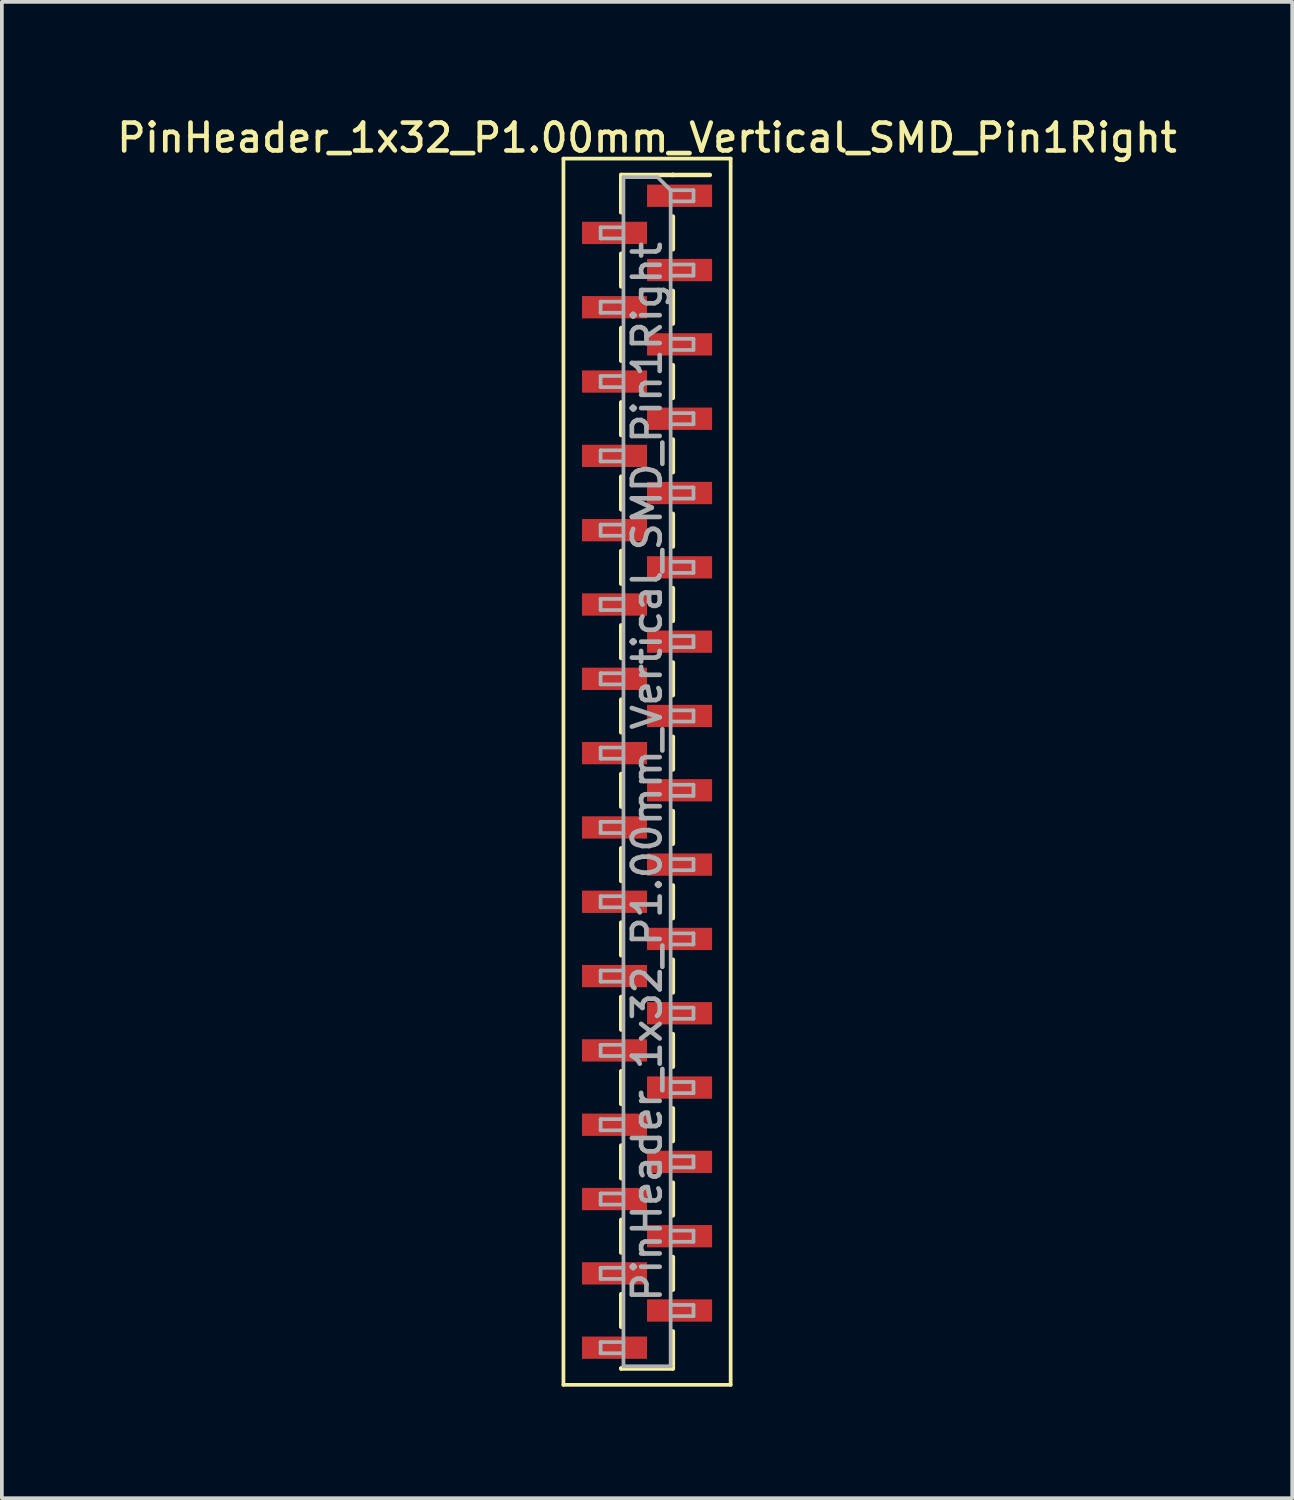
<source format=kicad_pcb>
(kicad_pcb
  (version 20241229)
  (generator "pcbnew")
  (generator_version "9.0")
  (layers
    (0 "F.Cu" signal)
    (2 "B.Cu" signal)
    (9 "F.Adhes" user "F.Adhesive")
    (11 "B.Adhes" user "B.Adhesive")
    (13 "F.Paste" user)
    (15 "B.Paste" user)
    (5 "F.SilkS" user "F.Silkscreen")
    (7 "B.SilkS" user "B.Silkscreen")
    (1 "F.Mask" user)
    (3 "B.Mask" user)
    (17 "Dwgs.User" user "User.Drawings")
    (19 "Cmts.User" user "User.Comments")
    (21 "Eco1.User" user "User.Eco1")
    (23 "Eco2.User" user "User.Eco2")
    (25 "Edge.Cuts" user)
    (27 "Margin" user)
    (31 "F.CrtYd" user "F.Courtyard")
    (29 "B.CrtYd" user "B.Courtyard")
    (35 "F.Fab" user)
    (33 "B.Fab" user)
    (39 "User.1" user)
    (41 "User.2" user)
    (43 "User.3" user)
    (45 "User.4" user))
  (footprint "PinHeader_1x32_P1.00mm_Vertical_SMD_Pin1Right"
    (layer "F.Cu")
    (at 14.363 17.718)
    (property "Reference" "PinHeader_1x32_P1.00mm_Vertical_SMD_Pin1Right" (at 0 -17.06 0) (layer "F.SilkS") (effects (font (size 0.75 0.75) (thickness 0.125))))
    (attr smd)
    (fp_line (start -2.25 -16.5) (end -2.25 16.5) (stroke (width 0.1) (type solid)) (layer "F.SilkS"))
    (fp_line (start -2.25 16.5) (end 2.25 16.5) (stroke (width 0.1) (type solid)) (layer "F.SilkS"))
    (fp_line (start -0.695 -16.06) (end -0.695 -15.06) (stroke (width 0.12) (type solid)) (layer "F.SilkS"))
    (fp_line (start -0.695 -16.06) (end 0.695 -16.06) (stroke (width 0.12) (type solid)) (layer "F.SilkS"))
    (fp_line (start -0.695 -15.94) (end -0.695 -15.06) (stroke (width 0.12) (type solid)) (layer "F.SilkS"))
    (fp_line (start -0.695 -13.94) (end -0.695 -13.06) (stroke (width 0.12) (type solid)) (layer "F.SilkS"))
    (fp_line (start -0.695 -11.94) (end -0.695 -11.06) (stroke (width 0.12) (type solid)) (layer "F.SilkS"))
    (fp_line (start -0.695 -9.94) (end -0.695 -9.06) (stroke (width 0.12) (type solid)) (layer "F.SilkS"))
    (fp_line (start -0.695 -7.94) (end -0.695 -7.06) (stroke (width 0.12) (type solid)) (layer "F.SilkS"))
    (fp_line (start -0.695 -5.94) (end -0.695 -5.06) (stroke (width 0.12) (type solid)) (layer "F.SilkS"))
    (fp_line (start -0.695 -3.94) (end -0.695 -3.06) (stroke (width 0.12) (type solid)) (layer "F.SilkS"))
    (fp_line (start -0.695 -1.94) (end -0.695 -1.06) (stroke (width 0.12) (type solid)) (layer "F.SilkS"))
    (fp_line (start -0.695 0.06) (end -0.695 0.94) (stroke (width 0.12) (type solid)) (layer "F.SilkS"))
    (fp_line (start -0.695 2.06) (end -0.695 2.94) (stroke (width 0.12) (type solid)) (layer "F.SilkS"))
    (fp_line (start -0.695 4.06) (end -0.695 4.94) (stroke (width 0.12) (type solid)) (layer "F.SilkS"))
    (fp_line (start -0.695 6.06) (end -0.695 6.94) (stroke (width 0.12) (type solid)) (layer "F.SilkS"))
    (fp_line (start -0.695 8.06) (end -0.695 8.94) (stroke (width 0.12) (type solid)) (layer "F.SilkS"))
    (fp_line (start -0.695 10.06) (end -0.695 10.94) (stroke (width 0.12) (type solid)) (layer "F.SilkS"))
    (fp_line (start -0.695 12.06) (end -0.695 12.94) (stroke (width 0.12) (type solid)) (layer "F.SilkS"))
    (fp_line (start -0.695 14.06) (end -0.695 14.94) (stroke (width 0.12) (type solid)) (layer "F.SilkS"))
    (fp_line (start -0.695 16.06) (end -0.695 16.06) (stroke (width 0.12) (type solid)) (layer "F.SilkS"))
    (fp_line (start -0.695 16.06) (end 0.695 16.06) (stroke (width 0.12) (type solid)) (layer "F.SilkS"))
    (fp_line (start 0.695 -16.06) (end 0.695 -16.06) (stroke (width 0.12) (type solid)) (layer "F.SilkS"))
    (fp_line (start 0.695 -16.06) (end 1.69 -16.06) (stroke (width 0.12) (type solid)) (layer "F.SilkS"))
    (fp_line (start 0.695 -14.94) (end 0.695 -14.06) (stroke (width 0.12) (type solid)) (layer "F.SilkS"))
    (fp_line (start 0.695 -12.94) (end 0.695 -12.06) (stroke (width 0.12) (type solid)) (layer "F.SilkS"))
    (fp_line (start 0.695 -10.94) (end 0.695 -10.06) (stroke (width 0.12) (type solid)) (layer "F.SilkS"))
    (fp_line (start 0.695 -8.94) (end 0.695 -8.06) (stroke (width 0.12) (type solid)) (layer "F.SilkS"))
    (fp_line (start 0.695 -6.94) (end 0.695 -6.06) (stroke (width 0.12) (type solid)) (layer "F.SilkS"))
    (fp_line (start 0.695 -4.94) (end 0.695 -4.06) (stroke (width 0.12) (type solid)) (layer "F.SilkS"))
    (fp_line (start 0.695 -2.94) (end 0.695 -2.06) (stroke (width 0.12) (type solid)) (layer "F.SilkS"))
    (fp_line (start 0.695 -0.94) (end 0.695 -0.06) (stroke (width 0.12) (type solid)) (layer "F.SilkS"))
    (fp_line (start 0.695 1.06) (end 0.695 1.94) (stroke (width 0.12) (type solid)) (layer "F.SilkS"))
    (fp_line (start 0.695 3.06) (end 0.695 3.94) (stroke (width 0.12) (type solid)) (layer "F.SilkS"))
    (fp_line (start 0.695 5.06) (end 0.695 5.94) (stroke (width 0.12) (type solid)) (layer "F.SilkS"))
    (fp_line (start 0.695 7.06) (end 0.695 7.94) (stroke (width 0.12) (type solid)) (layer "F.SilkS"))
    (fp_line (start 0.695 9.06) (end 0.695 9.94) (stroke (width 0.12) (type solid)) (layer "F.SilkS"))
    (fp_line (start 0.695 11.06) (end 0.695 11.94) (stroke (width 0.12) (type solid)) (layer "F.SilkS"))
    (fp_line (start 0.695 13.06) (end 0.695 13.94) (stroke (width 0.12) (type solid)) (layer "F.SilkS"))
    (fp_line (start 0.695 15.06) (end 0.695 16.06) (stroke (width 0.12) (type solid)) (layer "F.SilkS"))
    (fp_line (start 2.25 -16.5) (end -2.25 -16.5) (stroke (width 0.1) (type solid)) (layer "F.SilkS"))
    (fp_line (start 2.25 16.5) (end 2.25 -16.5) (stroke (width 0.1) (type solid)) (layer "F.SilkS"))
    (fp_line (start -1.25 -14.65) (end -1.25 -14.35) (stroke (width 0.1) (type solid)) (layer "F.Fab"))
    (fp_line (start -1.25 -14.35) (end -0.635 -14.35) (stroke (width 0.1) (type solid)) (layer "F.Fab"))
    (fp_line (start -1.25 -12.65) (end -1.25 -12.35) (stroke (width 0.1) (type solid)) (layer "F.Fab"))
    (fp_line (start -1.25 -12.35) (end -0.635 -12.35) (stroke (width 0.1) (type solid)) (layer "F.Fab"))
    (fp_line (start -1.25 -10.65) (end -1.25 -10.35) (stroke (width 0.1) (type solid)) (layer "F.Fab"))
    (fp_line (start -1.25 -10.35) (end -0.635 -10.35) (stroke (width 0.1) (type solid)) (layer "F.Fab"))
    (fp_line (start -1.25 -8.65) (end -1.25 -8.35) (stroke (width 0.1) (type solid)) (layer "F.Fab"))
    (fp_line (start -1.25 -8.35) (end -0.635 -8.35) (stroke (width 0.1) (type solid)) (layer "F.Fab"))
    (fp_line (start -1.25 -6.65) (end -1.25 -6.35) (stroke (width 0.1) (type solid)) (layer "F.Fab"))
    (fp_line (start -1.25 -6.35) (end -0.635 -6.35) (stroke (width 0.1) (type solid)) (layer "F.Fab"))
    (fp_line (start -1.25 -4.65) (end -1.25 -4.35) (stroke (width 0.1) (type solid)) (layer "F.Fab"))
    (fp_line (start -1.25 -4.35) (end -0.635 -4.35) (stroke (width 0.1) (type solid)) (layer "F.Fab"))
    (fp_line (start -1.25 -2.65) (end -1.25 -2.35) (stroke (width 0.1) (type solid)) (layer "F.Fab"))
    (fp_line (start -1.25 -2.35) (end -0.635 -2.35) (stroke (width 0.1) (type solid)) (layer "F.Fab"))
    (fp_line (start -1.25 -0.65) (end -1.25 -0.35) (stroke (width 0.1) (type solid)) (layer "F.Fab"))
    (fp_line (start -1.25 -0.35) (end -0.635 -0.35) (stroke (width 0.1) (type solid)) (layer "F.Fab"))
    (fp_line (start -1.25 1.35) (end -1.25 1.65) (stroke (width 0.1) (type solid)) (layer "F.Fab"))
    (fp_line (start -1.25 1.65) (end -0.635 1.65) (stroke (width 0.1) (type solid)) (layer "F.Fab"))
    (fp_line (start -1.25 3.35) (end -1.25 3.65) (stroke (width 0.1) (type solid)) (layer "F.Fab"))
    (fp_line (start -1.25 3.65) (end -0.635 3.65) (stroke (width 0.1) (type solid)) (layer "F.Fab"))
    (fp_line (start -1.25 5.35) (end -1.25 5.65) (stroke (width 0.1) (type solid)) (layer "F.Fab"))
    (fp_line (start -1.25 5.65) (end -0.635 5.65) (stroke (width 0.1) (type solid)) (layer "F.Fab"))
    (fp_line (start -1.25 7.35) (end -1.25 7.65) (stroke (width 0.1) (type solid)) (layer "F.Fab"))
    (fp_line (start -1.25 7.65) (end -0.635 7.65) (stroke (width 0.1) (type solid)) (layer "F.Fab"))
    (fp_line (start -1.25 9.35) (end -1.25 9.65) (stroke (width 0.1) (type solid)) (layer "F.Fab"))
    (fp_line (start -1.25 9.65) (end -0.635 9.65) (stroke (width 0.1) (type solid)) (layer "F.Fab"))
    (fp_line (start -1.25 11.35) (end -1.25 11.65) (stroke (width 0.1) (type solid)) (layer "F.Fab"))
    (fp_line (start -1.25 11.65) (end -0.635 11.65) (stroke (width 0.1) (type solid)) (layer "F.Fab"))
    (fp_line (start -1.25 13.35) (end -1.25 13.65) (stroke (width 0.1) (type solid)) (layer "F.Fab"))
    (fp_line (start -1.25 13.65) (end -0.635 13.65) (stroke (width 0.1) (type solid)) (layer "F.Fab"))
    (fp_line (start -1.25 15.35) (end -1.25 15.65) (stroke (width 0.1) (type solid)) (layer "F.Fab"))
    (fp_line (start -1.25 15.65) (end -0.635 15.65) (stroke (width 0.1) (type solid)) (layer "F.Fab"))
    (fp_line (start -0.635 -16) (end -0.635 16) (stroke (width 0.1) (type solid)) (layer "F.Fab"))
    (fp_line (start -0.635 -16) (end 0.285 -16) (stroke (width 0.1) (type solid)) (layer "F.Fab"))
    (fp_line (start -0.635 -14.65) (end -1.25 -14.65) (stroke (width 0.1) (type solid)) (layer "F.Fab"))
    (fp_line (start -0.635 -12.65) (end -1.25 -12.65) (stroke (width 0.1) (type solid)) (layer "F.Fab"))
    (fp_line (start -0.635 -10.65) (end -1.25 -10.65) (stroke (width 0.1) (type solid)) (layer "F.Fab"))
    (fp_line (start -0.635 -8.65) (end -1.25 -8.65) (stroke (width 0.1) (type solid)) (layer "F.Fab"))
    (fp_line (start -0.635 -6.65) (end -1.25 -6.65) (stroke (width 0.1) (type solid)) (layer "F.Fab"))
    (fp_line (start -0.635 -4.65) (end -1.25 -4.65) (stroke (width 0.1) (type solid)) (layer "F.Fab"))
    (fp_line (start -0.635 -2.65) (end -1.25 -2.65) (stroke (width 0.1) (type solid)) (layer "F.Fab"))
    (fp_line (start -0.635 -0.65) (end -1.25 -0.65) (stroke (width 0.1) (type solid)) (layer "F.Fab"))
    (fp_line (start -0.635 1.35) (end -1.25 1.35) (stroke (width 0.1) (type solid)) (layer "F.Fab"))
    (fp_line (start -0.635 3.35) (end -1.25 3.35) (stroke (width 0.1) (type solid)) (layer "F.Fab"))
    (fp_line (start -0.635 5.35) (end -1.25 5.35) (stroke (width 0.1) (type solid)) (layer "F.Fab"))
    (fp_line (start -0.635 7.35) (end -1.25 7.35) (stroke (width 0.1) (type solid)) (layer "F.Fab"))
    (fp_line (start -0.635 9.35) (end -1.25 9.35) (stroke (width 0.1) (type solid)) (layer "F.Fab"))
    (fp_line (start -0.635 11.35) (end -1.25 11.35) (stroke (width 0.1) (type solid)) (layer "F.Fab"))
    (fp_line (start -0.635 13.35) (end -1.25 13.35) (stroke (width 0.1) (type solid)) (layer "F.Fab"))
    (fp_line (start -0.635 15.35) (end -1.25 15.35) (stroke (width 0.1) (type solid)) (layer "F.Fab"))
    (fp_line (start 0.635 -15.65) (end 0.285 -16) (stroke (width 0.1) (type solid)) (layer "F.Fab"))
    (fp_line (start 0.635 -15.65) (end 1.25 -15.65) (stroke (width 0.1) (type solid)) (layer "F.Fab"))
    (fp_line (start 0.635 -13.65) (end 1.25 -13.65) (stroke (width 0.1) (type solid)) (layer "F.Fab"))
    (fp_line (start 0.635 -11.65) (end 1.25 -11.65) (stroke (width 0.1) (type solid)) (layer "F.Fab"))
    (fp_line (start 0.635 -9.65) (end 1.25 -9.65) (stroke (width 0.1) (type solid)) (layer "F.Fab"))
    (fp_line (start 0.635 -7.65) (end 1.25 -7.65) (stroke (width 0.1) (type solid)) (layer "F.Fab"))
    (fp_line (start 0.635 -5.65) (end 1.25 -5.65) (stroke (width 0.1) (type solid)) (layer "F.Fab"))
    (fp_line (start 0.635 -3.65) (end 1.25 -3.65) (stroke (width 0.1) (type solid)) (layer "F.Fab"))
    (fp_line (start 0.635 -1.65) (end 1.25 -1.65) (stroke (width 0.1) (type solid)) (layer "F.Fab"))
    (fp_line (start 0.635 0.35) (end 1.25 0.35) (stroke (width 0.1) (type solid)) (layer "F.Fab"))
    (fp_line (start 0.635 2.35) (end 1.25 2.35) (stroke (width 0.1) (type solid)) (layer "F.Fab"))
    (fp_line (start 0.635 4.35) (end 1.25 4.35) (stroke (width 0.1) (type solid)) (layer "F.Fab"))
    (fp_line (start 0.635 6.35) (end 1.25 6.35) (stroke (width 0.1) (type solid)) (layer "F.Fab"))
    (fp_line (start 0.635 8.35) (end 1.25 8.35) (stroke (width 0.1) (type solid)) (layer "F.Fab"))
    (fp_line (start 0.635 10.35) (end 1.25 10.35) (stroke (width 0.1) (type solid)) (layer "F.Fab"))
    (fp_line (start 0.635 12.35) (end 1.25 12.35) (stroke (width 0.1) (type solid)) (layer "F.Fab"))
    (fp_line (start 0.635 14.35) (end 1.25 14.35) (stroke (width 0.1) (type solid)) (layer "F.Fab"))
    (fp_line (start 0.635 16) (end -0.635 16) (stroke (width 0.1) (type solid)) (layer "F.Fab"))
    (fp_line (start 0.635 16) (end 0.635 -15.65) (stroke (width 0.1) (type solid)) (layer "F.Fab"))
    (fp_line (start 1.25 -15.65) (end 1.25 -15.35) (stroke (width 0.1) (type solid)) (layer "F.Fab"))
    (fp_line (start 1.25 -15.35) (end 0.635 -15.35) (stroke (width 0.1) (type solid)) (layer "F.Fab"))
    (fp_line (start 1.25 -13.65) (end 1.25 -13.35) (stroke (width 0.1) (type solid)) (layer "F.Fab"))
    (fp_line (start 1.25 -13.35) (end 0.635 -13.35) (stroke (width 0.1) (type solid)) (layer "F.Fab"))
    (fp_line (start 1.25 -11.65) (end 1.25 -11.35) (stroke (width 0.1) (type solid)) (layer "F.Fab"))
    (fp_line (start 1.25 -11.35) (end 0.635 -11.35) (stroke (width 0.1) (type solid)) (layer "F.Fab"))
    (fp_line (start 1.25 -9.65) (end 1.25 -9.35) (stroke (width 0.1) (type solid)) (layer "F.Fab"))
    (fp_line (start 1.25 -9.35) (end 0.635 -9.35) (stroke (width 0.1) (type solid)) (layer "F.Fab"))
    (fp_line (start 1.25 -7.65) (end 1.25 -7.35) (stroke (width 0.1) (type solid)) (layer "F.Fab"))
    (fp_line (start 1.25 -7.35) (end 0.635 -7.35) (stroke (width 0.1) (type solid)) (layer "F.Fab"))
    (fp_line (start 1.25 -5.65) (end 1.25 -5.35) (stroke (width 0.1) (type solid)) (layer "F.Fab"))
    (fp_line (start 1.25 -5.35) (end 0.635 -5.35) (stroke (width 0.1) (type solid)) (layer "F.Fab"))
    (fp_line (start 1.25 -3.65) (end 1.25 -3.35) (stroke (width 0.1) (type solid)) (layer "F.Fab"))
    (fp_line (start 1.25 -3.35) (end 0.635 -3.35) (stroke (width 0.1) (type solid)) (layer "F.Fab"))
    (fp_line (start 1.25 -1.65) (end 1.25 -1.35) (stroke (width 0.1) (type solid)) (layer "F.Fab"))
    (fp_line (start 1.25 -1.35) (end 0.635 -1.35) (stroke (width 0.1) (type solid)) (layer "F.Fab"))
    (fp_line (start 1.25 0.35) (end 1.25 0.65) (stroke (width 0.1) (type solid)) (layer "F.Fab"))
    (fp_line (start 1.25 0.65) (end 0.635 0.65) (stroke (width 0.1) (type solid)) (layer "F.Fab"))
    (fp_line (start 1.25 2.35) (end 1.25 2.65) (stroke (width 0.1) (type solid)) (layer "F.Fab"))
    (fp_line (start 1.25 2.65) (end 0.635 2.65) (stroke (width 0.1) (type solid)) (layer "F.Fab"))
    (fp_line (start 1.25 4.35) (end 1.25 4.65) (stroke (width 0.1) (type solid)) (layer "F.Fab"))
    (fp_line (start 1.25 4.65) (end 0.635 4.65) (stroke (width 0.1) (type solid)) (layer "F.Fab"))
    (fp_line (start 1.25 6.35) (end 1.25 6.65) (stroke (width 0.1) (type solid)) (layer "F.Fab"))
    (fp_line (start 1.25 6.65) (end 0.635 6.65) (stroke (width 0.1) (type solid)) (layer "F.Fab"))
    (fp_line (start 1.25 8.35) (end 1.25 8.65) (stroke (width 0.1) (type solid)) (layer "F.Fab"))
    (fp_line (start 1.25 8.65) (end 0.635 8.65) (stroke (width 0.1) (type solid)) (layer "F.Fab"))
    (fp_line (start 1.25 10.35) (end 1.25 10.65) (stroke (width 0.1) (type solid)) (layer "F.Fab"))
    (fp_line (start 1.25 10.65) (end 0.635 10.65) (stroke (width 0.1) (type solid)) (layer "F.Fab"))
    (fp_line (start 1.25 12.35) (end 1.25 12.65) (stroke (width 0.1) (type solid)) (layer "F.Fab"))
    (fp_line (start 1.25 12.65) (end 0.635 12.65) (stroke (width 0.1) (type solid)) (layer "F.Fab"))
    (fp_line (start 1.25 14.35) (end 1.25 14.65) (stroke (width 0.1) (type solid)) (layer "F.Fab"))
    (fp_line (start 1.25 14.65) (end 0.635 14.65) (stroke (width 0.1) (type solid)) (layer "F.Fab"))
    (fp_text user "${REFERENCE}" (at 0 0 90) (layer "F.Fab") (effects (font (size 0.75 0.75) (thickness 0.125))))
    (pad "1" smd rect (at 0.875 -15.5) (size 1.75 0.6) (layers "F.Cu" "F.Mask" "F.Paste"))
    (pad "2" smd rect (at -0.875 -14.5) (size 1.75 0.6) (layers "F.Cu" "F.Mask" "F.Paste"))
    (pad "3" smd rect (at 0.875 -13.5) (size 1.75 0.6) (layers "F.Cu" "F.Mask" "F.Paste"))
    (pad "4" smd rect (at -0.875 -12.5) (size 1.75 0.6) (layers "F.Cu" "F.Mask" "F.Paste"))
    (pad "5" smd rect (at 0.875 -11.5) (size 1.75 0.6) (layers "F.Cu" "F.Mask" "F.Paste"))
    (pad "6" smd rect (at -0.875 -10.5) (size 1.75 0.6) (layers "F.Cu" "F.Mask" "F.Paste"))
    (pad "7" smd rect (at 0.875 -9.5) (size 1.75 0.6) (layers "F.Cu" "F.Mask" "F.Paste"))
    (pad "8" smd rect (at -0.875 -8.5) (size 1.75 0.6) (layers "F.Cu" "F.Mask" "F.Paste"))
    (pad "9" smd rect (at 0.875 -7.5) (size 1.75 0.6) (layers "F.Cu" "F.Mask" "F.Paste"))
    (pad "10" smd rect (at -0.875 -6.5) (size 1.75 0.6) (layers "F.Cu" "F.Mask" "F.Paste"))
    (pad "11" smd rect (at 0.875 -5.5) (size 1.75 0.6) (layers "F.Cu" "F.Mask" "F.Paste"))
    (pad "12" smd rect (at -0.875 -4.5) (size 1.75 0.6) (layers "F.Cu" "F.Mask" "F.Paste"))
    (pad "13" smd rect (at 0.875 -3.5) (size 1.75 0.6) (layers "F.Cu" "F.Mask" "F.Paste"))
    (pad "14" smd rect (at -0.875 -2.5) (size 1.75 0.6) (layers "F.Cu" "F.Mask" "F.Paste"))
    (pad "15" smd rect (at 0.875 -1.5) (size 1.75 0.6) (layers "F.Cu" "F.Mask" "F.Paste"))
    (pad "16" smd rect (at -0.875 -0.5) (size 1.75 0.6) (layers "F.Cu" "F.Mask" "F.Paste"))
    (pad "17" smd rect (at 0.875 0.5) (size 1.75 0.6) (layers "F.Cu" "F.Mask" "F.Paste"))
    (pad "18" smd rect (at -0.875 1.5) (size 1.75 0.6) (layers "F.Cu" "F.Mask" "F.Paste"))
    (pad "19" smd rect (at 0.875 2.5) (size 1.75 0.6) (layers "F.Cu" "F.Mask" "F.Paste"))
    (pad "20" smd rect (at -0.875 3.5) (size 1.75 0.6) (layers "F.Cu" "F.Mask" "F.Paste"))
    (pad "21" smd rect (at 0.875 4.5) (size 1.75 0.6) (layers "F.Cu" "F.Mask" "F.Paste"))
    (pad "22" smd rect (at -0.875 5.5) (size 1.75 0.6) (layers "F.Cu" "F.Mask" "F.Paste"))
    (pad "23" smd rect (at 0.875 6.5) (size 1.75 0.6) (layers "F.Cu" "F.Mask" "F.Paste"))
    (pad "24" smd rect (at -0.875 7.5) (size 1.75 0.6) (layers "F.Cu" "F.Mask" "F.Paste"))
    (pad "25" smd rect (at 0.875 8.5) (size 1.75 0.6) (layers "F.Cu" "F.Mask" "F.Paste"))
    (pad "26" smd rect (at -0.875 9.5) (size 1.75 0.6) (layers "F.Cu" "F.Mask" "F.Paste"))
    (pad "27" smd rect (at 0.875 10.5) (size 1.75 0.6) (layers "F.Cu" "F.Mask" "F.Paste"))
    (pad "28" smd rect (at -0.875 11.5) (size 1.75 0.6) (layers "F.Cu" "F.Mask" "F.Paste"))
    (pad "29" smd rect (at 0.875 12.5) (size 1.75 0.6) (layers "F.Cu" "F.Mask" "F.Paste"))
    (pad "30" smd rect (at -0.875 13.5) (size 1.75 0.6) (layers "F.Cu" "F.Mask" "F.Paste"))
    (pad "31" smd rect (at 0.875 14.5) (size 1.75 0.6) (layers "F.Cu" "F.Mask" "F.Paste"))
    (pad "32" smd rect (at -0.875 15.5) (size 1.75 0.6) (layers "F.Cu" "F.Mask" "F.Paste")))
  (gr_rect
    (start -3 -3)
    (end 31.725 37.268)
    (stroke (width 0.1) (type default))
    (fill no)
    (layer "Edge.Cuts")))
</source>
